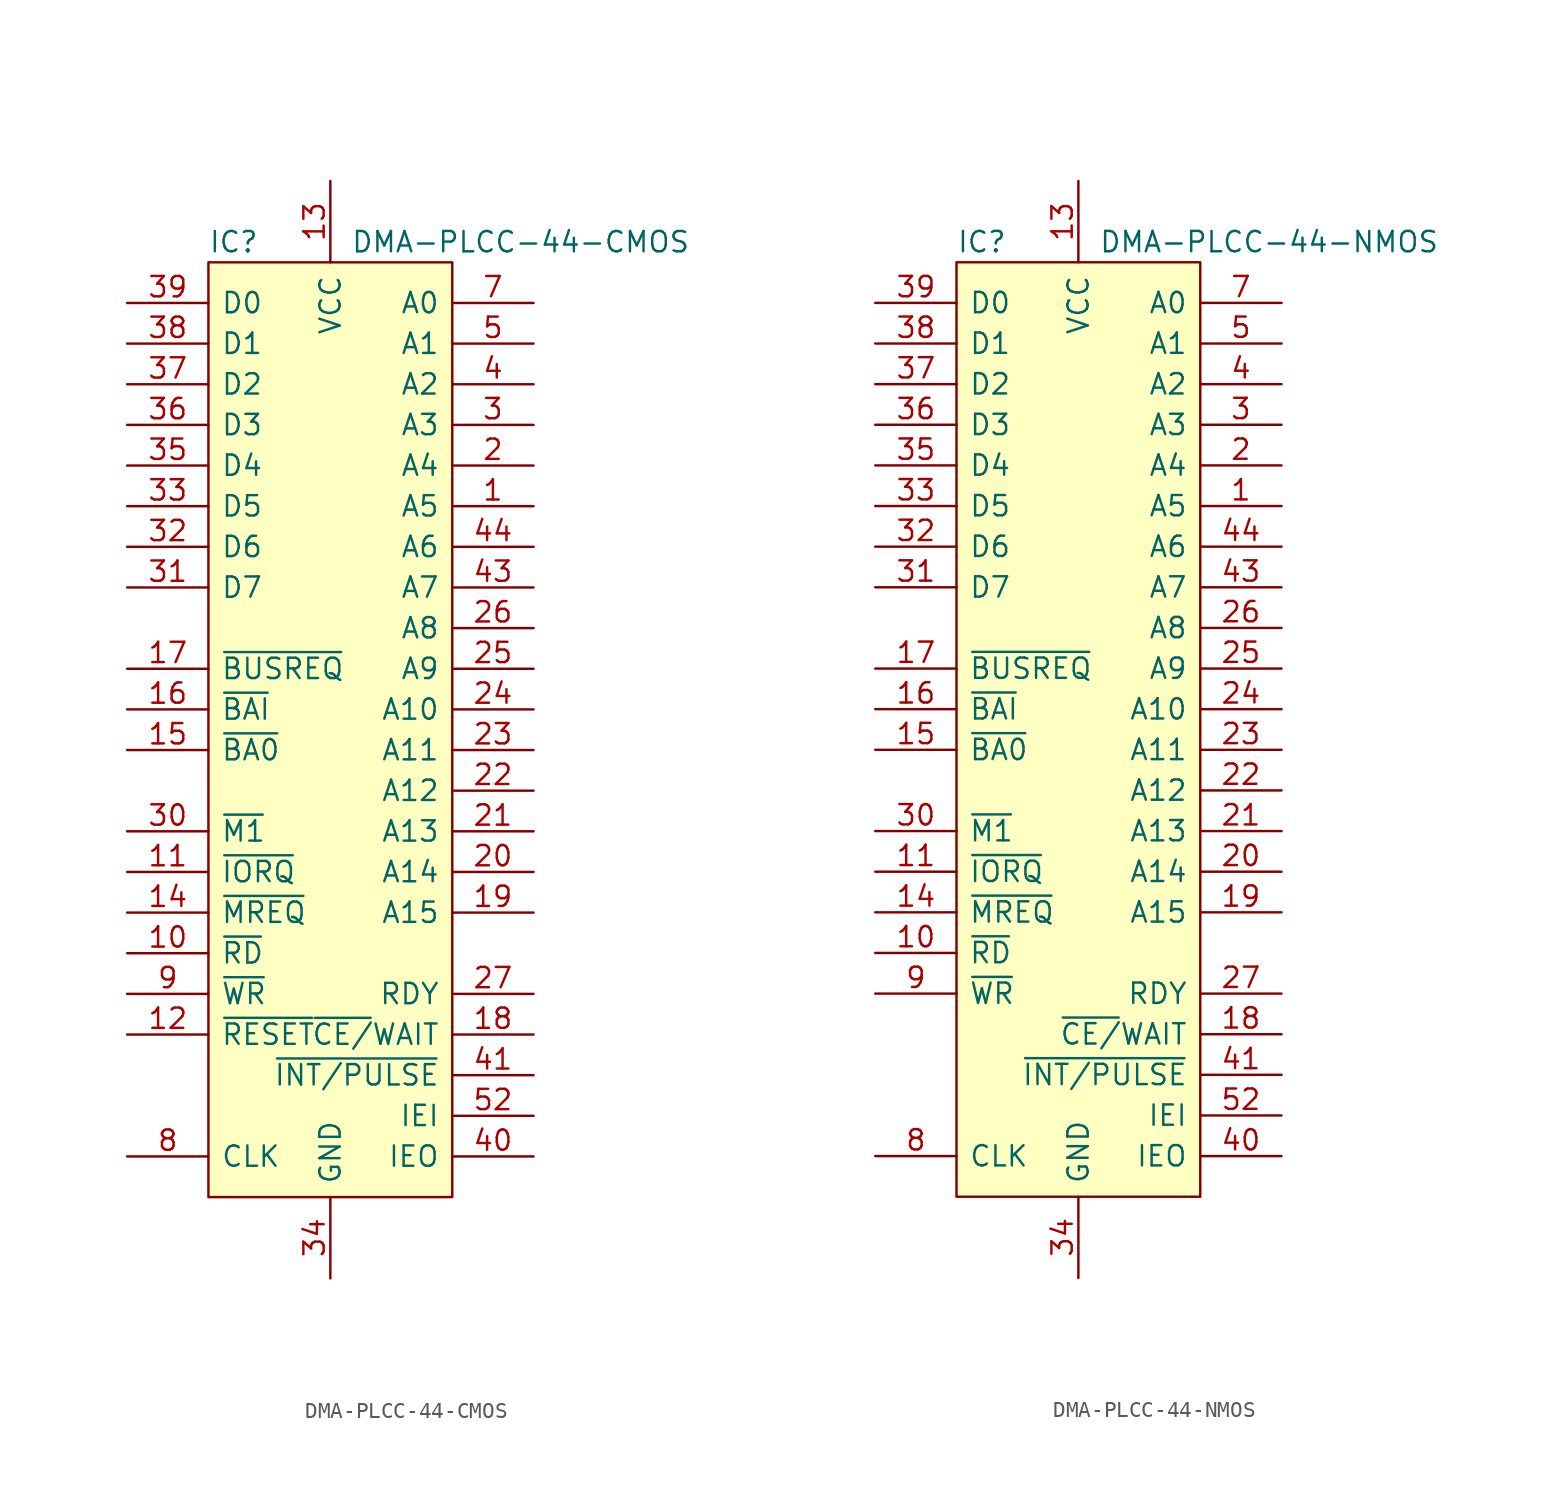
<source format=kicad_sym>
(kicad_symbol_lib
  (version 20220914)
  (generator kicad_symbol_editor)
  (symbol "DMA-PLCC-44-CMOS"
    (pin_names
      (offset 0.762))
    (property "Reference" "IC"
      (at 0 1.27 0)
      (effects (font (size 1.27 1.27)) (justify left)))
    (property "Value" "DMA-PLCC-44-CMOS"
      (at 8.89 1.27 0)
      (effects (font (size 1.27 1.27)) (justify left)))
    (symbol "DMA-PLCC-44-CMOS_0_0"
      (pin input line (at -5.08 -48.26 0) (length 5.08) (name "~{RESET}" (effects (font (size 1.27 1.27)))) (number "12" (effects (font (size 1.27 1.27)))))
      (pin no_connect line (at 7.62 -55.88 0) (length 2.54) hide (name "NC" (effects (font (size 1.27 1.27)))) (number "28" (effects (font (size 1.27 1.27)))))
      (pin no_connect line (at 7.62 -53.34 0) (length 2.54) hide (name "NC" (effects (font (size 1.27 1.27)))) (number "29" (effects (font (size 1.27 1.27))))))
    (symbol "DMA-PLCC-44-CMOS_1_1"
      (rectangle (start 0 0) (end 15.24 -58.42) (stroke (width 0) (type solid)) (fill (type background)))
      (pin output line (at 20.32 -15.24 180) (length 5.08) (name "A5" (effects (font (size 1.27 1.27)))) (number "1" (effects (font (size 1.27 1.27)))))
      (pin bidirectional line (at -5.08 -43.18 0) (length 5.08) (name "~{RD}" (effects (font (size 1.27 1.27)))) (number "10" (effects (font (size 1.27 1.27)))))
      (pin bidirectional line (at -5.08 -38.1 0) (length 5.08) (name "~{IORQ}" (effects (font (size 1.27 1.27)))) (number "11" (effects (font (size 1.27 1.27)))))
      (pin power_in line (at 7.62 5.08 270) (length 5.08) (name "VCC" (effects (font (size 1.27 1.27)))) (number "13" (effects (font (size 1.27 1.27)))))
      (pin bidirectional line (at -5.08 -40.64 0) (length 5.08) (name "~{MREQ}" (effects (font (size 1.27 1.27)))) (number "14" (effects (font (size 1.27 1.27)))))
      (pin output line (at -5.08 -30.48 0) (length 5.08) (name "~{BA0}" (effects (font (size 1.27 1.27)))) (number "15" (effects (font (size 1.27 1.27)))))
      (pin input line (at -5.08 -27.94 0) (length 5.08) (name "~{BAI}" (effects (font (size 1.27 1.27)))) (number "16" (effects (font (size 1.27 1.27)))))
      (pin bidirectional line (at -5.08 -25.4 0) (length 5.08) (name "~{BUSREQ}" (effects (font (size 1.27 1.27)))) (number "17" (effects (font (size 1.27 1.27)))))
      (pin input line (at 20.32 -48.26 180) (length 5.08) (name "~{CE/}WAIT" (effects (font (size 1.27 1.27)))) (number "18" (effects (font (size 1.27 1.27)))))
      (pin output line (at 20.32 -40.64 180) (length 5.08) (name "A15" (effects (font (size 1.27 1.27)))) (number "19" (effects (font (size 1.27 1.27)))))
      (pin output line (at 20.32 -12.7 180) (length 5.08) (name "A4" (effects (font (size 1.27 1.27)))) (number "2" (effects (font (size 1.27 1.27)))))
      (pin output line (at 20.32 -38.1 180) (length 5.08) (name "A14" (effects (font (size 1.27 1.27)))) (number "20" (effects (font (size 1.27 1.27)))))
      (pin output line (at 20.32 -35.56 180) (length 5.08) (name "A13" (effects (font (size 1.27 1.27)))) (number "21" (effects (font (size 1.27 1.27)))))
      (pin output line (at 20.32 -33.02 180) (length 5.08) (name "A12" (effects (font (size 1.27 1.27)))) (number "22" (effects (font (size 1.27 1.27)))))
      (pin output line (at 20.32 -30.48 180) (length 5.08) (name "A11" (effects (font (size 1.27 1.27)))) (number "23" (effects (font (size 1.27 1.27)))))
      (pin output line (at 20.32 -27.94 180) (length 5.08) (name "A10" (effects (font (size 1.27 1.27)))) (number "24" (effects (font (size 1.27 1.27)))))
      (pin output line (at 20.32 -25.4 180) (length 5.08) (name "A9" (effects (font (size 1.27 1.27)))) (number "25" (effects (font (size 1.27 1.27)))))
      (pin output line (at 20.32 -22.86 180) (length 5.08) (name "A8" (effects (font (size 1.27 1.27)))) (number "26" (effects (font (size 1.27 1.27)))))
      (pin input line (at 20.32 -45.72 180) (length 5.08) (name "RDY" (effects (font (size 1.27 1.27)))) (number "27" (effects (font (size 1.27 1.27)))))
      (pin output line (at 20.32 -10.16 180) (length 5.08) (name "A3" (effects (font (size 1.27 1.27)))) (number "3" (effects (font (size 1.27 1.27)))))
      (pin input line (at -5.08 -35.56 0) (length 5.08) (name "~{M1}" (effects (font (size 1.27 1.27)))) (number "30" (effects (font (size 1.27 1.27)))))
      (pin bidirectional line (at -5.08 -20.32 0) (length 5.08) (name "D7" (effects (font (size 1.27 1.27)))) (number "31" (effects (font (size 1.27 1.27)))))
      (pin bidirectional line (at -5.08 -17.78 0) (length 5.08) (name "D6" (effects (font (size 1.27 1.27)))) (number "32" (effects (font (size 1.27 1.27)))))
      (pin bidirectional line (at -5.08 -15.24 0) (length 5.08) (name "D5" (effects (font (size 1.27 1.27)))) (number "33" (effects (font (size 1.27 1.27)))))
      (pin power_in line (at 7.62 -63.5 90) (length 5.08) (name "GND" (effects (font (size 1.27 1.27)))) (number "34" (effects (font (size 1.27 1.27)))))
      (pin bidirectional line (at -5.08 -12.7 0) (length 5.08) (name "D4" (effects (font (size 1.27 1.27)))) (number "35" (effects (font (size 1.27 1.27)))))
      (pin bidirectional line (at -5.08 -10.16 0) (length 5.08) (name "D3" (effects (font (size 1.27 1.27)))) (number "36" (effects (font (size 1.27 1.27)))))
      (pin bidirectional line (at -5.08 -7.62 0) (length 5.08) (name "D2" (effects (font (size 1.27 1.27)))) (number "37" (effects (font (size 1.27 1.27)))))
      (pin bidirectional line (at -5.08 -5.08 0) (length 5.08) (name "D1" (effects (font (size 1.27 1.27)))) (number "38" (effects (font (size 1.27 1.27)))))
      (pin bidirectional line (at -5.08 -2.54 0) (length 5.08) (name "D0" (effects (font (size 1.27 1.27)))) (number "39" (effects (font (size 1.27 1.27)))))
      (pin output line (at 20.32 -7.62 180) (length 5.08) (name "A2" (effects (font (size 1.27 1.27)))) (number "4" (effects (font (size 1.27 1.27)))))
      (pin output line (at 20.32 -55.88 180) (length 5.08) (name "IEO" (effects (font (size 1.27 1.27)))) (number "40" (effects (font (size 1.27 1.27)))))
      (pin output line (at 20.32 -50.8 180) (length 5.08) (name "~{INT/PULSE}" (effects (font (size 1.27 1.27)))) (number "41" (effects (font (size 1.27 1.27)))))
      (pin output line (at 20.32 -20.32 180) (length 5.08) (name "A7" (effects (font (size 1.27 1.27)))) (number "43" (effects (font (size 1.27 1.27)))))
      (pin output line (at 20.32 -17.78 180) (length 5.08) (name "A6" (effects (font (size 1.27 1.27)))) (number "44" (effects (font (size 1.27 1.27)))))
      (pin output line (at 20.32 -5.08 180) (length 5.08) (name "A1" (effects (font (size 1.27 1.27)))) (number "5" (effects (font (size 1.27 1.27)))))
      (pin input line (at 20.32 -53.34 180) (length 5.08) (name "IEI" (effects (font (size 1.27 1.27)))) (number "52" (effects (font (size 1.27 1.27)))))
      (pin output line (at 20.32 -2.54 180) (length 5.08) (name "A0" (effects (font (size 1.27 1.27)))) (number "7" (effects (font (size 1.27 1.27)))))
      (pin input line (at -5.08 -55.88 0) (length 5.08) (name "CLK" (effects (font (size 1.27 1.27)))) (number "8" (effects (font (size 1.27 1.27)))))
      (pin bidirectional line (at -5.08 -45.72 0) (length 5.08) (name "~{WR}" (effects (font (size 1.27 1.27)))) (number "9" (effects (font (size 1.27 1.27)))))))
  (symbol "DMA-PLCC-44-NMOS"
    (pin_names
      (offset 0.762))
    (property "Reference" "IC"
      (at 0 1.27 0)
      (effects (font (size 1.27 1.27)) (justify left)))
    (property "Value" "DMA-PLCC-44-NMOS"
      (at 8.89 1.27 0)
      (effects (font (size 1.27 1.27)) (justify left)))
    (symbol "DMA-PLCC-44-NMOS_0_0"
      (pin no_connect line (at 11.43 -35.56 0) (length 2.54) hide (name "NC" (effects (font (size 1.27 1.27)))) (number "12" (effects (font (size 1.27 1.27)))))
      (pin no_connect line (at 11.43 -40.64 0) (length 2.54) hide (name "NC" (effects (font (size 1.27 1.27)))) (number "28" (effects (font (size 1.27 1.27)))))
      (pin no_connect line (at 11.43 -38.1 0) (length 2.54) hide (name "NC" (effects (font (size 1.27 1.27)))) (number "29" (effects (font (size 1.27 1.27))))))
    (symbol "DMA-PLCC-44-NMOS_1_1"
      (rectangle (start 0 0) (end 15.24 -58.42) (stroke (width 0) (type solid)) (fill (type background)))
      (pin output line (at 20.32 -15.24 180) (length 5.08) (name "A5" (effects (font (size 1.27 1.27)))) (number "1" (effects (font (size 1.27 1.27)))))
      (pin bidirectional line (at -5.08 -43.18 0) (length 5.08) (name "~{RD}" (effects (font (size 1.27 1.27)))) (number "10" (effects (font (size 1.27 1.27)))))
      (pin bidirectional line (at -5.08 -38.1 0) (length 5.08) (name "~{IORQ}" (effects (font (size 1.27 1.27)))) (number "11" (effects (font (size 1.27 1.27)))))
      (pin power_in line (at 7.62 5.08 270) (length 5.08) (name "VCC" (effects (font (size 1.27 1.27)))) (number "13" (effects (font (size 1.27 1.27)))))
      (pin bidirectional line (at -5.08 -40.64 0) (length 5.08) (name "~{MREQ}" (effects (font (size 1.27 1.27)))) (number "14" (effects (font (size 1.27 1.27)))))
      (pin output line (at -5.08 -30.48 0) (length 5.08) (name "~{BA0}" (effects (font (size 1.27 1.27)))) (number "15" (effects (font (size 1.27 1.27)))))
      (pin input line (at -5.08 -27.94 0) (length 5.08) (name "~{BAI}" (effects (font (size 1.27 1.27)))) (number "16" (effects (font (size 1.27 1.27)))))
      (pin bidirectional line (at -5.08 -25.4 0) (length 5.08) (name "~{BUSREQ}" (effects (font (size 1.27 1.27)))) (number "17" (effects (font (size 1.27 1.27)))))
      (pin input line (at 20.32 -48.26 180) (length 5.08) (name "~{CE/}WAIT" (effects (font (size 1.27 1.27)))) (number "18" (effects (font (size 1.27 1.27)))))
      (pin output line (at 20.32 -40.64 180) (length 5.08) (name "A15" (effects (font (size 1.27 1.27)))) (number "19" (effects (font (size 1.27 1.27)))))
      (pin output line (at 20.32 -12.7 180) (length 5.08) (name "A4" (effects (font (size 1.27 1.27)))) (number "2" (effects (font (size 1.27 1.27)))))
      (pin output line (at 20.32 -38.1 180) (length 5.08) (name "A14" (effects (font (size 1.27 1.27)))) (number "20" (effects (font (size 1.27 1.27)))))
      (pin output line (at 20.32 -35.56 180) (length 5.08) (name "A13" (effects (font (size 1.27 1.27)))) (number "21" (effects (font (size 1.27 1.27)))))
      (pin output line (at 20.32 -33.02 180) (length 5.08) (name "A12" (effects (font (size 1.27 1.27)))) (number "22" (effects (font (size 1.27 1.27)))))
      (pin output line (at 20.32 -30.48 180) (length 5.08) (name "A11" (effects (font (size 1.27 1.27)))) (number "23" (effects (font (size 1.27 1.27)))))
      (pin output line (at 20.32 -27.94 180) (length 5.08) (name "A10" (effects (font (size 1.27 1.27)))) (number "24" (effects (font (size 1.27 1.27)))))
      (pin output line (at 20.32 -25.4 180) (length 5.08) (name "A9" (effects (font (size 1.27 1.27)))) (number "25" (effects (font (size 1.27 1.27)))))
      (pin output line (at 20.32 -22.86 180) (length 5.08) (name "A8" (effects (font (size 1.27 1.27)))) (number "26" (effects (font (size 1.27 1.27)))))
      (pin input line (at 20.32 -45.72 180) (length 5.08) (name "RDY" (effects (font (size 1.27 1.27)))) (number "27" (effects (font (size 1.27 1.27)))))
      (pin output line (at 20.32 -10.16 180) (length 5.08) (name "A3" (effects (font (size 1.27 1.27)))) (number "3" (effects (font (size 1.27 1.27)))))
      (pin input line (at -5.08 -35.56 0) (length 5.08) (name "~{M1}" (effects (font (size 1.27 1.27)))) (number "30" (effects (font (size 1.27 1.27)))))
      (pin bidirectional line (at -5.08 -20.32 0) (length 5.08) (name "D7" (effects (font (size 1.27 1.27)))) (number "31" (effects (font (size 1.27 1.27)))))
      (pin bidirectional line (at -5.08 -17.78 0) (length 5.08) (name "D6" (effects (font (size 1.27 1.27)))) (number "32" (effects (font (size 1.27 1.27)))))
      (pin bidirectional line (at -5.08 -15.24 0) (length 5.08) (name "D5" (effects (font (size 1.27 1.27)))) (number "33" (effects (font (size 1.27 1.27)))))
      (pin power_in line (at 7.62 -63.5 90) (length 5.08) (name "GND" (effects (font (size 1.27 1.27)))) (number "34" (effects (font (size 1.27 1.27)))))
      (pin bidirectional line (at -5.08 -12.7 0) (length 5.08) (name "D4" (effects (font (size 1.27 1.27)))) (number "35" (effects (font (size 1.27 1.27)))))
      (pin bidirectional line (at -5.08 -10.16 0) (length 5.08) (name "D3" (effects (font (size 1.27 1.27)))) (number "36" (effects (font (size 1.27 1.27)))))
      (pin bidirectional line (at -5.08 -7.62 0) (length 5.08) (name "D2" (effects (font (size 1.27 1.27)))) (number "37" (effects (font (size 1.27 1.27)))))
      (pin bidirectional line (at -5.08 -5.08 0) (length 5.08) (name "D1" (effects (font (size 1.27 1.27)))) (number "38" (effects (font (size 1.27 1.27)))))
      (pin bidirectional line (at -5.08 -2.54 0) (length 5.08) (name "D0" (effects (font (size 1.27 1.27)))) (number "39" (effects (font (size 1.27 1.27)))))
      (pin output line (at 20.32 -7.62 180) (length 5.08) (name "A2" (effects (font (size 1.27 1.27)))) (number "4" (effects (font (size 1.27 1.27)))))
      (pin output line (at 20.32 -55.88 180) (length 5.08) (name "IEO" (effects (font (size 1.27 1.27)))) (number "40" (effects (font (size 1.27 1.27)))))
      (pin output line (at 20.32 -50.8 180) (length 5.08) (name "~{INT/PULSE}" (effects (font (size 1.27 1.27)))) (number "41" (effects (font (size 1.27 1.27)))))
      (pin output line (at 20.32 -20.32 180) (length 5.08) (name "A7" (effects (font (size 1.27 1.27)))) (number "43" (effects (font (size 1.27 1.27)))))
      (pin output line (at 20.32 -17.78 180) (length 5.08) (name "A6" (effects (font (size 1.27 1.27)))) (number "44" (effects (font (size 1.27 1.27)))))
      (pin output line (at 20.32 -5.08 180) (length 5.08) (name "A1" (effects (font (size 1.27 1.27)))) (number "5" (effects (font (size 1.27 1.27)))))
      (pin input line (at 20.32 -53.34 180) (length 5.08) (name "IEI" (effects (font (size 1.27 1.27)))) (number "52" (effects (font (size 1.27 1.27)))))
      (pin output line (at 20.32 -2.54 180) (length 5.08) (name "A0" (effects (font (size 1.27 1.27)))) (number "7" (effects (font (size 1.27 1.27)))))
      (pin input line (at -5.08 -55.88 0) (length 5.08) (name "CLK" (effects (font (size 1.27 1.27)))) (number "8" (effects (font (size 1.27 1.27)))))
      (pin bidirectional line (at -5.08 -45.72 0) (length 5.08) (name "~{WR}" (effects (font (size 1.27 1.27)))) (number "9" (effects (font (size 1.27 1.27))))))))
</source>
